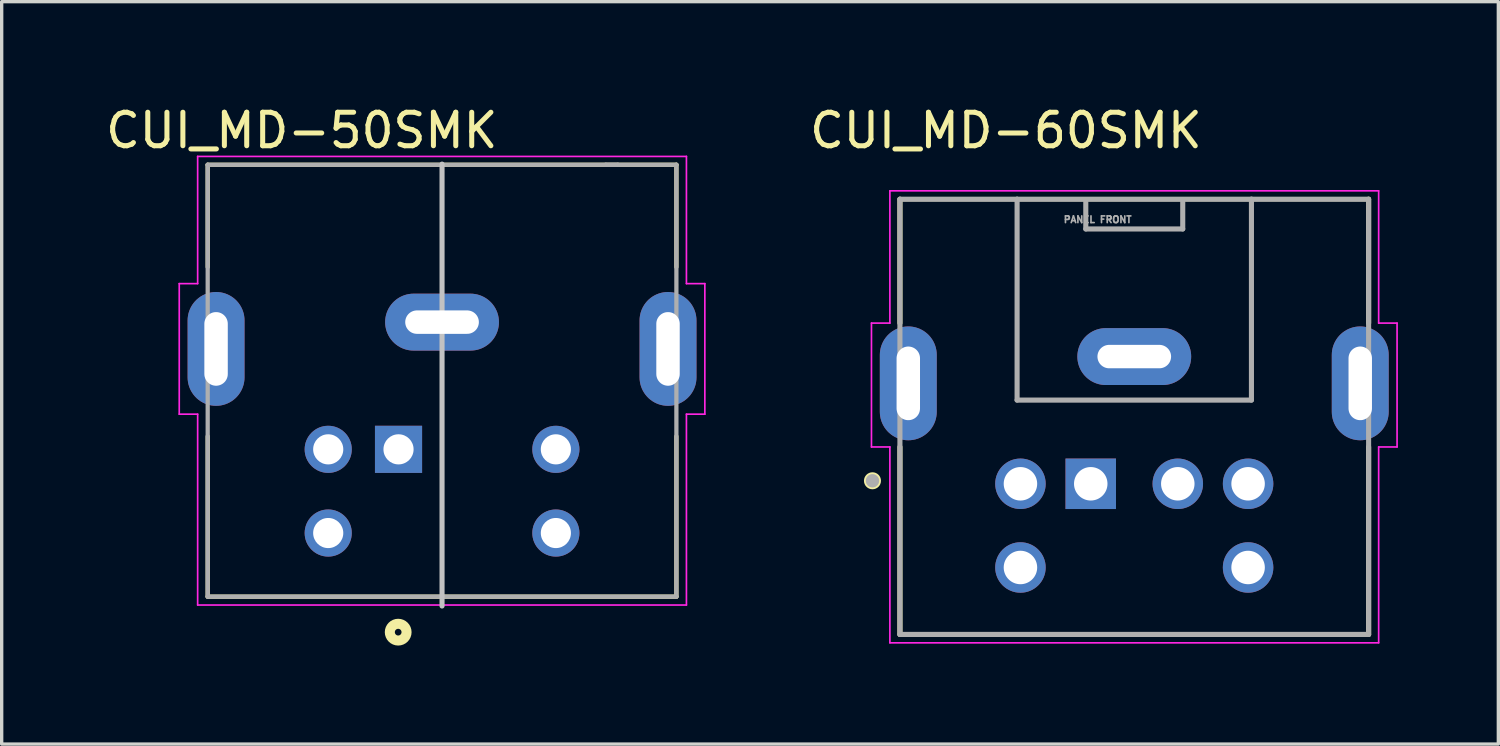
<source format=kicad_pcb>
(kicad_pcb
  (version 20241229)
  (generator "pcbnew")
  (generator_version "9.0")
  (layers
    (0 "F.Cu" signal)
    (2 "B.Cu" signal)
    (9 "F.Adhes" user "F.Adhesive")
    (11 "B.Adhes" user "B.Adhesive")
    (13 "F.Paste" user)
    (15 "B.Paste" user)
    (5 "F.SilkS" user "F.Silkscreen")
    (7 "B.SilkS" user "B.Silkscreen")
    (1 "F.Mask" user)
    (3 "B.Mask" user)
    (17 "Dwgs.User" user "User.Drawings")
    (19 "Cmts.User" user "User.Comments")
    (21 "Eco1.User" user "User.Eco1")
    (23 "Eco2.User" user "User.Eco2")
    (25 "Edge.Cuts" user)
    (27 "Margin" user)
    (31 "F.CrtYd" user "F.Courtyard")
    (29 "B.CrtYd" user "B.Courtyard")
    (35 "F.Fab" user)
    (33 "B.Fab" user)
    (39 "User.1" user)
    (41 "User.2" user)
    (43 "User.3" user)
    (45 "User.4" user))
  (footprint "CUI_MD-50SMK"
    (layer "F.Cu")
    (at 10.154 8.762)
    (property "Reference" "CUI_MD-50SMK" (at -4.19 -7.914 0) (layer "F.SilkS") (effects (font (size 1.001 1.001) (thickness 0.15))))
    (attr through_hole)
    (fp_line (start -7 -6.89) (end -7 -3.835) (stroke (width 0.127) (type solid)) (layer "F.SilkS"))
    (fp_line (start -7 -6.89) (end 7 -6.89) (stroke (width 0.127) (type solid)) (layer "F.SilkS"))
    (fp_line (start -7 6.01) (end -7 1.222) (stroke (width 0.127) (type solid)) (layer "F.SilkS"))
    (fp_line (start 7 -6.89) (end 7 -3.835) (stroke (width 0.127) (type solid)) (layer "F.SilkS"))
    (fp_line (start 7 6.01) (end -7 6.01) (stroke (width 0.127) (type solid)) (layer "F.SilkS"))
    (fp_line (start 7 6.01) (end 7 1.222) (stroke (width 0.127) (type solid)) (layer "F.SilkS"))
    (fp_circle (center -1.31 7.071) (end -1.21 7.071) (stroke (width 0.3) (type solid)) (fill no) (layer "F.SilkS"))
    (fp_line (start 0 -6.91) (end 0 6.29) (stroke (width 0.152) (type solid)) (layer "Dwgs.User"))
    (fp_line (start -7.85 -3.34) (end -7.3 -3.34) (stroke (width 0.05) (type solid)) (layer "F.CrtYd"))
    (fp_line (start -7.85 0.56) (end -7.85 -3.34) (stroke (width 0.05) (type solid)) (layer "F.CrtYd"))
    (fp_line (start -7.3 -7.14) (end -7.3 -3.34) (stroke (width 0.05) (type solid)) (layer "F.CrtYd"))
    (fp_line (start -7.3 -7.14) (end 7.3 -7.14) (stroke (width 0.05) (type solid)) (layer "F.CrtYd"))
    (fp_line (start -7.3 0.56) (end -7.85 0.56) (stroke (width 0.05) (type solid)) (layer "F.CrtYd"))
    (fp_line (start -7.3 6.26) (end -7.3 0.56) (stroke (width 0.05) (type solid)) (layer "F.CrtYd"))
    (fp_line (start 7.3 -7.14) (end 7.3 -3.34) (stroke (width 0.05) (type solid)) (layer "F.CrtYd"))
    (fp_line (start 7.3 -3.34) (end 7.85 -3.34) (stroke (width 0.05) (type solid)) (layer "F.CrtYd"))
    (fp_line (start 7.3 0.56) (end 7.3 6.26) (stroke (width 0.05) (type solid)) (layer "F.CrtYd"))
    (fp_line (start 7.3 6.26) (end -7.3 6.26) (stroke (width 0.05) (type solid)) (layer "F.CrtYd"))
    (fp_line (start 7.85 -3.34) (end 7.85 0.56) (stroke (width 0.05) (type solid)) (layer "F.CrtYd"))
    (fp_line (start 7.85 0.56) (end 7.3 0.56) (stroke (width 0.05) (type solid)) (layer "F.CrtYd"))
    (fp_line (start -7 -6.89) (end 4.89 -6.89) (stroke (width 0.127) (type solid)) (layer "F.Fab"))
    (fp_line (start -7 6.01) (end -7 -6.89) (stroke (width 0.127) (type solid)) (layer "F.Fab"))
    (fp_line (start 4.89 -6.89) (end 5.25 -6.89) (stroke (width 0.127) (type solid)) (layer "F.Fab"))
    (fp_line (start 5.25 -6.89) (end 4.89 -6.89) (stroke (width 0.127) (type solid)) (layer "F.Fab"))
    (fp_line (start 5.25 -6.89) (end 7 -6.89) (stroke (width 0.127) (type solid)) (layer "F.Fab"))
    (fp_line (start 7 -6.89) (end 7 6.01) (stroke (width 0.127) (type solid)) (layer "F.Fab"))
    (fp_line (start 7 6.01) (end -7 6.01) (stroke (width 0.127) (type solid)) (layer "F.Fab"))
    (pad "1" thru_hole rect (at -1.3 1.61) (size 1.408 1.408) (drill 0.9) (layers "*.Cu" "*.Mask"))
    (pad "2" thru_hole circle (at -3.4 1.61) (size 1.408 1.408) (drill 0.9) (layers "*.Cu" "*.Mask"))
    (pad "3" thru_hole circle (at 3.4 1.61) (size 1.408 1.408) (drill 0.9) (layers "*.Cu" "*.Mask"))
    (pad "4" thru_hole circle (at -3.4 4.11) (size 1.408 1.408) (drill 0.9) (layers "*.Cu" "*.Mask"))
    (pad "5" thru_hole circle (at 3.4 4.11) (size 1.408 1.408) (drill 0.9) (layers "*.Cu" "*.Mask"))
    (pad "S_1" thru_hole oval (at -6.75 -1.39) (size 1.7 3.4) (drill oval 0.7 2.2) (layers "*.Cu" "*.Mask"))
    (pad "S_2" thru_hole oval (at 0 -2.19) (size 3.4 1.7) (drill oval 2.2 0.7) (layers "*.Cu" "*.Mask"))
    (pad "S_3" thru_hole oval (at 6.75 -1.39) (size 1.7 3.4) (drill oval 0.7 2.2) (layers "*.Cu" "*.Mask")))
  (footprint "CUI_MD-60SMK"
    (layer "F.Cu")
    (at 30.831 9.401)
    (property "Reference" "CUI_MD-60SMK" (at -3.833 -8.552 0) (layer "F.SilkS") (effects (font (size 1.002 1.002) (thickness 0.15))))
    (attr through_hole)
    (fp_line (start -7 -6.5) (end -7 -2.8) (stroke (width 0.152) (type solid)) (layer "F.SilkS"))
    (fp_line (start -7 -6.5) (end 7 -6.5) (stroke (width 0.127) (type solid)) (layer "F.SilkS"))
    (fp_line (start -7 6.5) (end -7 0.9) (stroke (width 0.152) (type solid)) (layer "F.SilkS"))
    (fp_line (start 7 -6.5) (end 7 -2.8) (stroke (width 0.152) (type solid)) (layer "F.SilkS"))
    (fp_line (start 7 6.5) (end -7 6.5) (stroke (width 0.127) (type solid)) (layer "F.SilkS"))
    (fp_line (start 7 6.5) (end 7 0.9) (stroke (width 0.152) (type solid)) (layer "F.SilkS"))
    (fp_circle (center -7.82 1.91) (end -7.566 1.91) (stroke (width 0) (type solid)) (fill yes) (layer "F.SilkS"))
    (fp_line (start -7.85 -2.8) (end -7.3 -2.8) (stroke (width 0.05) (type solid)) (layer "F.CrtYd"))
    (fp_line (start -7.85 0.9) (end -7.85 -2.8) (stroke (width 0.05) (type solid)) (layer "F.CrtYd"))
    (fp_line (start -7.3 -6.75) (end 7.3 -6.75) (stroke (width 0.05) (type solid)) (layer "F.CrtYd"))
    (fp_line (start -7.3 -2.8) (end -7.3 -6.75) (stroke (width 0.05) (type solid)) (layer "F.CrtYd"))
    (fp_line (start -7.3 0.9) (end -7.85 0.9) (stroke (width 0.05) (type solid)) (layer "F.CrtYd"))
    (fp_line (start -7.3 6.75) (end -7.3 0.9) (stroke (width 0.05) (type solid)) (layer "F.CrtYd"))
    (fp_line (start 7.3 -6.75) (end 7.3 -2.8) (stroke (width 0.05) (type solid)) (layer "F.CrtYd"))
    (fp_line (start 7.3 -2.8) (end 7.85 -2.8) (stroke (width 0.05) (type solid)) (layer "F.CrtYd"))
    (fp_line (start 7.3 0.9) (end 7.3 6.75) (stroke (width 0.05) (type solid)) (layer "F.CrtYd"))
    (fp_line (start 7.3 6.75) (end -7.3 6.75) (stroke (width 0.05) (type solid)) (layer "F.CrtYd"))
    (fp_line (start 7.85 -2.8) (end 7.85 0.9) (stroke (width 0.05) (type solid)) (layer "F.CrtYd"))
    (fp_line (start 7.85 0.9) (end 7.3 0.9) (stroke (width 0.05) (type solid)) (layer "F.CrtYd"))
    (fp_line (start -7 -6.5) (end -3.5 -6.5) (stroke (width 0.152) (type solid)) (layer "F.Fab"))
    (fp_line (start -7 6.5) (end -7 -6.5) (stroke (width 0.152) (type solid)) (layer "F.Fab"))
    (fp_line (start -3.5 -6.5) (end -3.5 -0.5) (stroke (width 0.152) (type solid)) (layer "F.Fab"))
    (fp_line (start -3.5 -6.5) (end 3.5 -6.5) (stroke (width 0.152) (type solid)) (layer "F.Fab"))
    (fp_line (start -3.5 -0.5) (end 3.5 -0.5) (stroke (width 0.152) (type solid)) (layer "F.Fab"))
    (fp_line (start -1.448 -6.42) (end -1.448 -5.612) (stroke (width 0.152) (type solid)) (layer "F.Fab"))
    (fp_line (start -1.448 -5.612) (end 1.448 -5.612) (stroke (width 0.152) (type solid)) (layer "F.Fab"))
    (fp_line (start 1.448 -5.612) (end 1.448 -6.42) (stroke (width 0.152) (type solid)) (layer "F.Fab"))
    (fp_line (start 3.5 -6.5) (end 7 -6.5) (stroke (width 0.152) (type solid)) (layer "F.Fab"))
    (fp_line (start 3.5 -0.5) (end 3.5 -6.5) (stroke (width 0.152) (type solid)) (layer "F.Fab"))
    (fp_line (start 7 -6.5) (end 7 6.5) (stroke (width 0.152) (type solid)) (layer "F.Fab"))
    (fp_line (start 7 6.5) (end -7 6.5) (stroke (width 0.152) (type solid)) (layer "F.Fab"))
    (fp_circle (center -7.82 1.91) (end -7.62 1.91) (stroke (width 0) (type solid)) (fill yes) (layer "F.Fab"))
    (fp_text user "PANEL FRONT" (at -1.093 -5.892 0) (layer "F.Fab") (effects (font (size 0.2 0.2) (thickness 0.15))))
    (pad "1" thru_hole rect (at -1.3 2) (size 1.508 1.508) (drill 1) (layers "*.Cu" "*.Mask"))
    (pad "2" thru_hole circle (at 1.3 2) (size 1.508 1.508) (drill 1) (layers "*.Cu" "*.Mask"))
    (pad "3" thru_hole circle (at -3.4 2) (size 1.508 1.508) (drill 1) (layers "*.Cu" "*.Mask"))
    (pad "4" thru_hole circle (at 3.4 2) (size 1.508 1.508) (drill 1) (layers "*.Cu" "*.Mask"))
    (pad "5" thru_hole circle (at -3.4 4.5) (size 1.508 1.508) (drill 1) (layers "*.Cu" "*.Mask"))
    (pad "6" thru_hole circle (at 3.4 4.5) (size 1.508 1.508) (drill 1) (layers "*.Cu" "*.Mask"))
    (pad "S1" thru_hole oval (at 0 -1.8) (size 3.4 1.7) (drill oval 2.2 0.7) (layers "*.Cu" "*.Mask"))
    (pad "S2" thru_hole oval (at -6.75 -1) (size 1.7 3.4) (drill oval 0.7 2.2) (layers "*.Cu" "*.Mask"))
    (pad "S3" thru_hole oval (at 6.75 -1) (size 1.7 3.4) (drill oval 0.7 2.2) (layers "*.Cu" "*.Mask")))
  (gr_rect
    (start -3 -3)
    (end 41.706 19.176)
    (stroke (width 0.1) (type default))
    (fill no)
    (layer "Edge.Cuts")))
</source>
